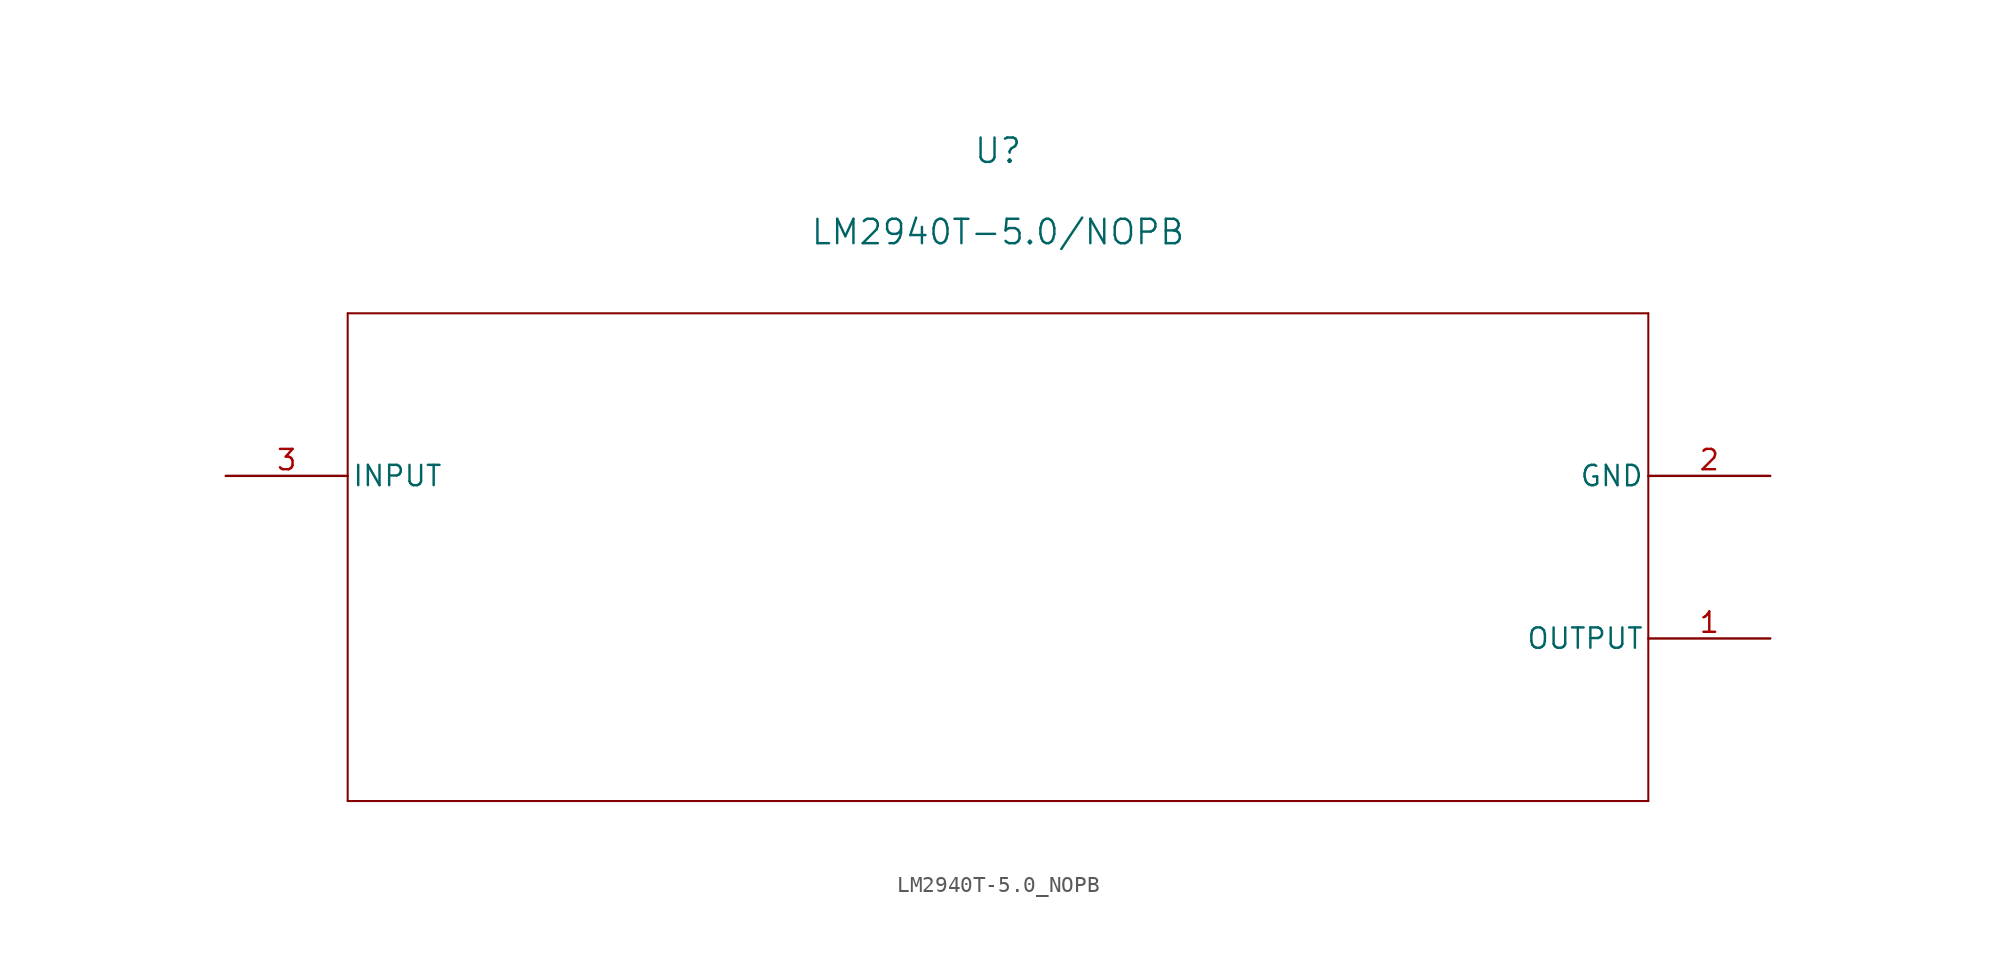
<source format=kicad_sym>
(kicad_symbol_lib
  (version 20211014)
  (generator kicad_symbol_editor)
  (symbol "LM2940T-5.0_NOPB"
    (pin_names
      (offset 0.254))
    (property "Reference" "U"
      (at 48.26 20.32 0)
      (effects (font (size 1.524 1.524))))
    (property "Value" "LM2940T-5.0/NOPB"
      (at 48.26 15.24 0)
      (effects (font (size 1.524 1.524))))
    (polyline
      (pts (xy 7.62 10.16) (xy 7.62 -20.32))
      (stroke (width 0.127) (type default) (color 0 0 0 0))
      (fill (type none)))
    (polyline
      (pts (xy 7.62 -20.32) (xy 88.9 -20.32))
      (stroke (width 0.127) (type default) (color 0 0 0 0))
      (fill (type none)))
    (polyline
      (pts (xy 88.9 -20.32) (xy 88.9 10.16))
      (stroke (width 0.127) (type default) (color 0 0 0 0))
      (fill (type none)))
    (polyline
      (pts (xy 88.9 10.16) (xy 7.62 10.16))
      (stroke (width 0.127) (type default) (color 0 0 0 0))
      (fill (type none)))
    (pin output line
      (at 96.52 -10.16 180)
      (length 7.62)
      (name "OUTPUT" (effects (font (size 1.27 1.27))))
      (number "1" (effects (font (size 1.27 1.27)))))
    (pin power_in line
      (at 96.52 0 180)
      (length 7.62)
      (name "GND" (effects (font (size 1.27 1.27))))
      (number "2" (effects (font (size 1.27 1.27)))))
    (pin input line
      (at 0 0 0)
      (length 7.62)
      (name "INPUT" (effects (font (size 1.27 1.27))))
      (number "3" (effects (font (size 1.27 1.27)))))))
</source>
